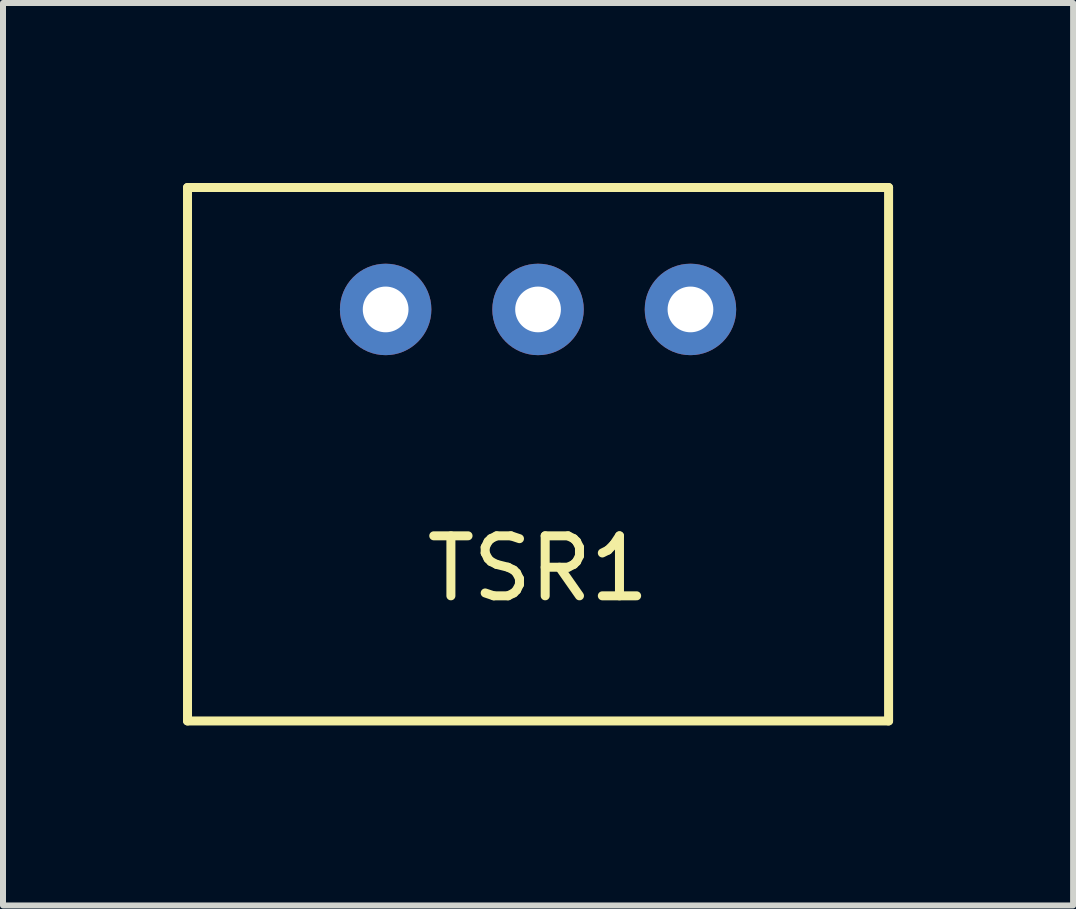
<source format=kicad_pcb>
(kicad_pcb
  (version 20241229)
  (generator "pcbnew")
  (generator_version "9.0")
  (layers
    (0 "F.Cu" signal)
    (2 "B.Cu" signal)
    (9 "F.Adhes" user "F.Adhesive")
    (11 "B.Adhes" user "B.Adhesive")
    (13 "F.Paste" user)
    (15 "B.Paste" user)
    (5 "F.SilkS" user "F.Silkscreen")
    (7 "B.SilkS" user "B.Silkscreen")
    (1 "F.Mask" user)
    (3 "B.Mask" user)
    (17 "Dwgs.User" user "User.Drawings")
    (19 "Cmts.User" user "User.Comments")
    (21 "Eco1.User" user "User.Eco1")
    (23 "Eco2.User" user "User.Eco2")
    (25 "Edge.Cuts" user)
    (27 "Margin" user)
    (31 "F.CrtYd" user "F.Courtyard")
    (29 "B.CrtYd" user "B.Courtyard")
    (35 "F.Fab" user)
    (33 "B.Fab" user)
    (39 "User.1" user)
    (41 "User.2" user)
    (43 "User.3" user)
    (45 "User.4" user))
  (footprint "TSR1"
    (layer "F.Cu")
    (at 5.917 3.885)
    (property "Reference" "TSR1" (at 0 2.54 0) (layer "F.SilkS") (effects (font (size 1 1) (thickness 0.15))))
    (attr through_hole)
    (fp_line (start -5.842 -3.81) (end 5.842 -3.81) (stroke (width 0.15) (type solid)) (layer "F.SilkS"))
    (fp_line (start -5.842 5.08) (end -5.842 -3.81) (stroke (width 0.15) (type solid)) (layer "F.SilkS"))
    (fp_line (start 5.842 -3.81) (end 5.842 5.08) (stroke (width 0.15) (type solid)) (layer "F.SilkS"))
    (fp_line (start 5.842 5.08) (end -5.842 5.08) (stroke (width 0.15) (type solid)) (layer "F.SilkS"))
    (pad "1" thru_hole circle (at -2.54 -1.778) (size 1.524 1.524) (drill 0.762) (layers "*.Cu" "*.Mask"))
    (pad "2" thru_hole circle (at 0 -1.778) (size 1.524 1.524) (drill 0.762) (layers "*.Cu" "*.Mask"))
    (pad "3" thru_hole circle (at 2.54 -1.778) (size 1.524 1.524) (drill 0.762) (layers "*.Cu" "*.Mask")))
  (gr_rect
    (start -3 -3)
    (end 14.834 12.04)
    (stroke (width 0.1) (type default))
    (fill no)
    (layer "Edge.Cuts")))
</source>
